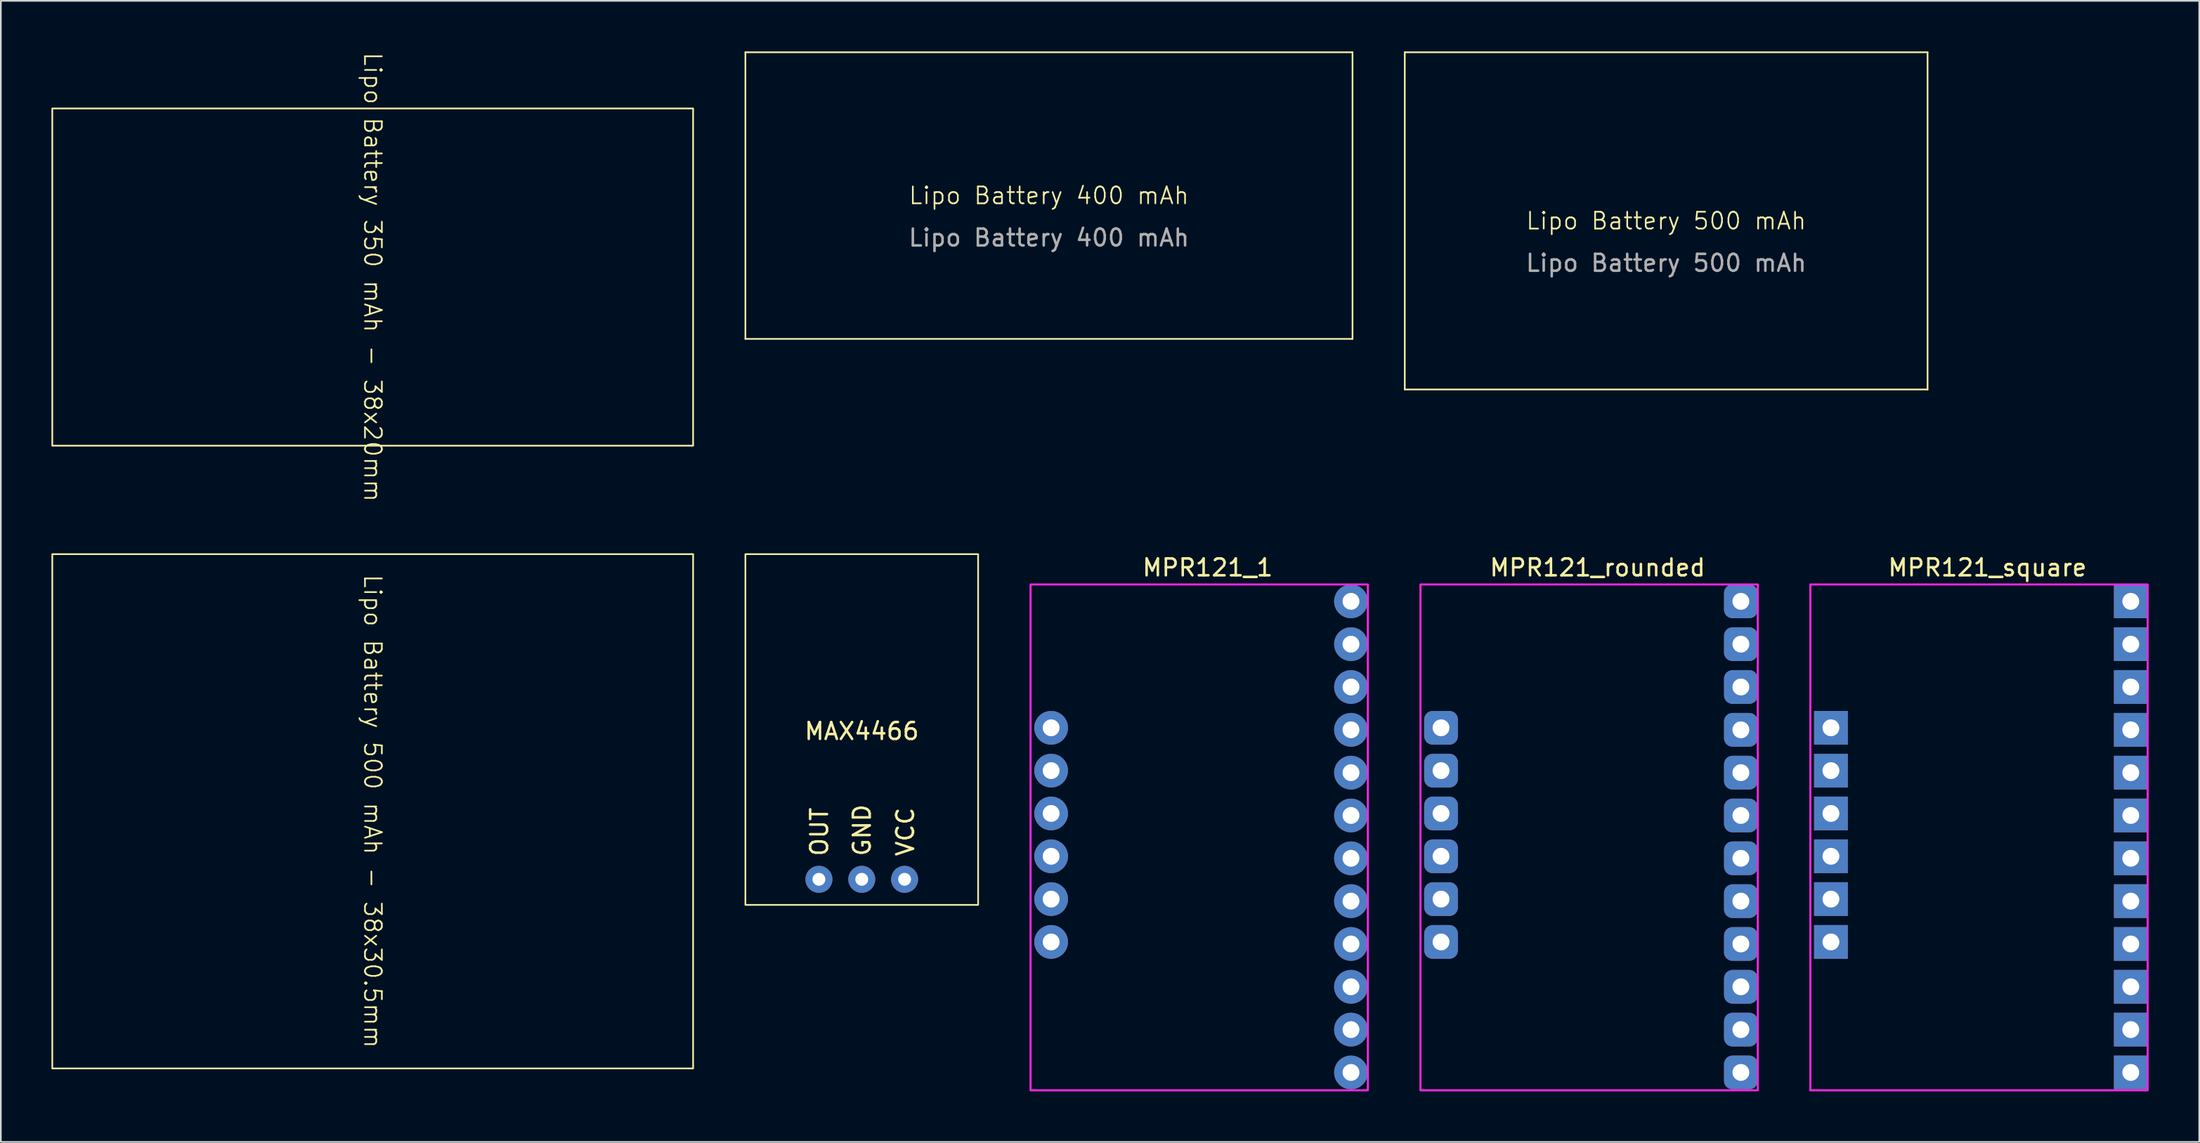
<source format=kicad_pcb>
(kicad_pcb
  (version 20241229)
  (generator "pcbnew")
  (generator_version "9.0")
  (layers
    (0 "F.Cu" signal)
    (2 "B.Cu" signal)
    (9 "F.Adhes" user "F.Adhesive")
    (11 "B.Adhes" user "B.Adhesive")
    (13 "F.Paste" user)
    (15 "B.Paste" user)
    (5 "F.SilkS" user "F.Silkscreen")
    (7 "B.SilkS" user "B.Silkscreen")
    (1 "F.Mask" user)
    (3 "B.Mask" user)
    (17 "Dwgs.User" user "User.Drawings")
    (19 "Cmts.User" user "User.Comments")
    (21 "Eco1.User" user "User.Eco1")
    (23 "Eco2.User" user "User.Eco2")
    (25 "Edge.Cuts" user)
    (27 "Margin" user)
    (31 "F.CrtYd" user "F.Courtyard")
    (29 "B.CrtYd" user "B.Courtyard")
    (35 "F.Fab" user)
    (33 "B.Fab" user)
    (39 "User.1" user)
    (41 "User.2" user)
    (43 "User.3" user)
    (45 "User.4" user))
  (footprint "Lipo Battery 400 mAh"
    (layer "F.Cu")
    (at 59.15 8.55)
    (property "Reference" "Lipo Battery 400 mAh" (at 0 0 0) (unlocked yes) (layer "F.SilkS") (effects (font (size 1 1) (thickness 0.1))))
    (attr smd)
    (fp_line (start -18 -8.5) (end 18 -8.5) (stroke (width 0.1) (type default)) (layer "F.SilkS"))
    (fp_line (start -18 8.5) (end -18 -8.5) (stroke (width 0.1) (type default)) (layer "F.SilkS"))
    (fp_line (start 18 -8.5) (end 18 8.5) (stroke (width 0.1) (type default)) (layer "F.SilkS"))
    (fp_line (start 18 8.5) (end -18 8.5) (stroke (width 0.1) (type default)) (layer "F.SilkS"))
    (fp_text user "${REFERENCE}" (at 0 2.5 0) (unlocked yes) (layer "F.Fab") (effects (font (size 1 1) (thickness 0.15)))))
  (footprint "Lipo Battery 500 mAh"
    (layer "F.Cu")
    (at 95.75 10.05)
    (property "Reference" "Lipo Battery 500 mAh" (at 0 0 0) (unlocked yes) (layer "F.SilkS") (effects (font (size 1 1) (thickness 0.1))))
    (attr smd)
    (fp_line (start -15.5 -10) (end 15.5 -10) (stroke (width 0.1) (type default)) (layer "F.SilkS"))
    (fp_line (start -15.5 10) (end -15.5 -10) (stroke (width 0.1) (type default)) (layer "F.SilkS"))
    (fp_line (start 15.5 -10) (end 15.5 10) (stroke (width 0.1) (type default)) (layer "F.SilkS"))
    (fp_line (start 15.5 10) (end -15.5 10) (stroke (width 0.1) (type default)) (layer "F.SilkS"))
    (fp_text user "${REFERENCE}" (at 0 2.5 0) (unlocked yes) (layer "F.Fab") (effects (font (size 1 1) (thickness 0.15)))))
  (footprint "MPR121_rounded"
    (layer "F.Cu")
    (at 100.18 32.615)
    (property "Reference" "MPR121_rounded" (at -8.5 -2 0) (unlocked yes) (layer "F.SilkS") (effects (font (size 1 1) (thickness 0.15))))
    (attr smd)
    (fp_rect (start 1 -1) (end -19 29) (stroke (width 0.12) (type solid)) (fill no) (layer "F.CrtYd"))
    (pad "1" thru_hole roundrect (at -17.78 10.04) (size 2 2) (drill 1) (layers "*.Cu" "*.Mask") (roundrect_rratio 0.25))
    (pad "2" thru_hole roundrect (at -17.78 12.58) (size 2 2) (drill 1) (layers "*.Cu" "*.Mask") (roundrect_rratio 0.25))
    (pad "3" thru_hole roundrect (at -17.78 15.12) (size 2 2) (drill 1) (layers "*.Cu" "*.Mask") (roundrect_rratio 0.25))
    (pad "4" thru_hole roundrect (at -17.78 17.66) (size 2 2) (drill 1) (layers "*.Cu" "*.Mask") (roundrect_rratio 0.25))
    (pad "6" thru_hole roundrect (at -17.78 20.2) (size 2 2) (drill 1) (layers "*.Cu" "*.Mask") (roundrect_rratio 0.25))
    (pad "8" thru_hole roundrect (at 0 0) (size 2 2) (drill 1) (layers "*.Cu" "*.Mask") (roundrect_rratio 0.25))
    (pad "9" thru_hole roundrect (at 0 2.54 90) (size 2 2) (drill 1) (layers "*.Cu" "*.Mask") (roundrect_rratio 0.25))
    (pad "10" thru_hole roundrect (at 0 5.08) (size 2 2) (drill 1) (layers "*.Cu" "*.Mask") (roundrect_rratio 0.25))
    (pad "11" thru_hole roundrect (at 0 7.62) (size 2 2) (drill 1) (layers "*.Cu" "*.Mask") (roundrect_rratio 0.25))
    (pad "12" thru_hole roundrect (at 0 10.16) (size 2 2) (drill 1) (layers "*.Cu" "*.Mask") (roundrect_rratio 0.25))
    (pad "13" thru_hole roundrect (at 0 12.7) (size 2 2) (drill 1) (layers "*.Cu" "*.Mask") (roundrect_rratio 0.25))
    (pad "14" thru_hole roundrect (at 0 15.24) (size 2 2) (drill 1) (layers "*.Cu" "*.Mask") (roundrect_rratio 0.25))
    (pad "15" thru_hole roundrect (at 0 17.78) (size 2 2) (drill 1) (layers "*.Cu" "*.Mask") (roundrect_rratio 0.25))
    (pad "16" thru_hole roundrect (at 0 20.32) (size 2 2) (drill 1) (layers "*.Cu" "*.Mask") (roundrect_rratio 0.25))
    (pad "17" thru_hole roundrect (at 0 22.86) (size 2 2) (drill 1) (layers "*.Cu" "*.Mask") (roundrect_rratio 0.25))
    (pad "18" thru_hole roundrect (at 0 25.4) (size 2 2) (drill 1) (layers "*.Cu" "*.Mask") (roundrect_rratio 0.25))
    (pad "19" thru_hole roundrect (at 0 27.94) (size 2 2) (drill 1) (layers "*.Cu" "*.Mask") (roundrect_rratio 0.25))
    (pad "20" thru_hole roundrect (at -17.78 7.5) (size 2 2) (drill 1) (layers "*.Cu" "*.Mask") (roundrect_rratio 0.25)))
  (footprint "MPR121_1"
    (layer "F.Cu")
    (at 77.06 32.615)
    (property "Reference" "MPR121_1" (at -8.5 -2 0) (unlocked yes) (layer "F.SilkS") (effects (font (size 1 1) (thickness 0.15))))
    (attr smd)
    (fp_rect (start 1 -1) (end -19 29) (stroke (width 0.12) (type solid)) (fill no) (layer "F.CrtYd"))
    (pad "1" thru_hole circle (at -17.78 10.04) (size 2 2) (drill 1) (layers "*.Cu" "*.Mask"))
    (pad "2" thru_hole circle (at -17.78 12.58) (size 2 2) (drill 1) (layers "*.Cu" "*.Mask"))
    (pad "3" thru_hole circle (at -17.78 15.12) (size 2 2) (drill 1) (layers "*.Cu" "*.Mask"))
    (pad "4" thru_hole circle (at -17.78 17.66) (size 2 2) (drill 1) (layers "*.Cu" "*.Mask"))
    (pad "6" thru_hole circle (at -17.78 20.2) (size 2 2) (drill 1) (layers "*.Cu" "*.Mask"))
    (pad "8" thru_hole circle (at 0 0) (size 2 2) (drill 1) (layers "*.Cu" "*.Mask"))
    (pad "9" thru_hole circle (at 0 2.54 90) (size 2 2) (drill 1) (layers "*.Cu" "*.Mask"))
    (pad "10" thru_hole circle (at 0 5.08) (size 2 2) (drill 1) (layers "*.Cu" "*.Mask"))
    (pad "11" thru_hole circle (at 0 7.62) (size 2 2) (drill 1) (layers "*.Cu" "*.Mask"))
    (pad "12" thru_hole circle (at 0 10.16) (size 2 2) (drill 1) (layers "*.Cu" "*.Mask"))
    (pad "13" thru_hole circle (at 0 12.7) (size 2 2) (drill 1) (layers "*.Cu" "*.Mask"))
    (pad "14" thru_hole circle (at 0 15.24) (size 2 2) (drill 1) (layers "*.Cu" "*.Mask"))
    (pad "15" thru_hole circle (at 0 17.78) (size 2 2) (drill 1) (layers "*.Cu" "*.Mask"))
    (pad "16" thru_hole circle (at 0 20.32) (size 2 2) (drill 1) (layers "*.Cu" "*.Mask"))
    (pad "17" thru_hole circle (at 0 22.86) (size 2 2) (drill 1) (layers "*.Cu" "*.Mask"))
    (pad "18" thru_hole circle (at 0 25.4) (size 2 2) (drill 1) (layers "*.Cu" "*.Mask"))
    (pad "19" thru_hole circle (at 0 27.94) (size 2 2) (drill 1) (layers "*.Cu" "*.Mask"))
    (pad "20" thru_hole circle (at -17.78 7.5) (size 2 2) (drill 1) (layers "*.Cu" "*.Mask")))
  (footprint "MAX4466"
    (layer "F.Cu")
    (at 48.05 40.217)
    (property "Reference" "MAX4466" (at 0 0.1 0) (unlocked yes) (layer "F.SilkS") (effects (font (size 1 1) (thickness 0.15))))
    (attr through_hole)
    (fp_rect (start -6.9 -10.4) (end 6.9 10.4) (stroke (width 0.1) (type default)) (fill no) (layer "F.SilkS"))
    (fp_text user "VCC" (at 3.17 7.593 90) (unlocked yes) (layer "F.SilkS") (effects (font (size 1 1) (thickness 0.15)) (justify left bottom)))
    (fp_text user "GND" (at 0.6 7.593 90) (unlocked yes) (layer "F.SilkS") (effects (font (size 1 1) (thickness 0.15)) (justify left bottom)))
    (fp_text user "OUT" (at -1.93 7.593 90) (unlocked yes) (layer "F.SilkS") (effects (font (size 1 1) (thickness 0.15)) (justify left bottom)))
    (pad "1" thru_hole circle (at 2.54 8.884) (size 1.6 1.6) (drill 0.762) (layers "*.Cu" "*.Mask"))
    (pad "2" thru_hole circle (at 0 8.884) (size 1.6 1.6) (drill 0.762) (layers "*.Cu" "*.Mask"))
    (pad "3" thru_hole circle (at -2.54 8.884) (size 1.6 1.6) (drill 0.762) (layers "*.Cu" "*.Mask")))
  (footprint "Lipo Battery 500 mAh - 38x30.5mm"
    (layer "F.Cu")
    (at 19.05 45.067)
    (property "Reference" "Lipo Battery 500 mAh - 38x30.5mm" (at 0 0 270) (unlocked yes) (layer "F.SilkS") (effects (font (size 1 1) (thickness 0.1))))
    (attr smd)
    (fp_rect (start -19 -15.25) (end 19 15.25) (stroke (width 0.1) (type default)) (fill no) (layer "F.SilkS")))
  (footprint "MPR121_square"
    (layer "F.Cu")
    (at 123.3 32.615)
    (property "Reference" "MPR121_square" (at -8.5 -2 0) (unlocked yes) (layer "F.SilkS") (effects (font (size 1 1) (thickness 0.15))))
    (attr smd)
    (fp_rect (start 1 -1) (end -19 29) (stroke (width 0.12) (type solid)) (fill no) (layer "F.CrtYd"))
    (pad "1" thru_hole rect (at -17.78 10.04) (size 2 2) (drill 1) (layers "*.Cu" "*.Mask"))
    (pad "2" thru_hole rect (at -17.78 12.58) (size 2 2) (drill 1) (layers "*.Cu" "*.Mask"))
    (pad "3" thru_hole rect (at -17.78 15.12) (size 2 2) (drill 1) (layers "*.Cu" "*.Mask"))
    (pad "4" thru_hole rect (at -17.78 17.66) (size 2 2) (drill 1) (layers "*.Cu" "*.Mask"))
    (pad "6" thru_hole rect (at -17.78 20.2) (size 2 2) (drill 1) (layers "*.Cu" "*.Mask"))
    (pad "8" thru_hole rect (at 0 0) (size 2 2) (drill 1) (layers "*.Cu" "*.Mask"))
    (pad "9" thru_hole rect (at 0 2.54 90) (size 2 2) (drill 1) (layers "*.Cu" "*.Mask"))
    (pad "10" thru_hole rect (at 0 5.08) (size 2 2) (drill 1) (layers "*.Cu" "*.Mask"))
    (pad "11" thru_hole rect (at 0 7.62) (size 2 2) (drill 1) (layers "*.Cu" "*.Mask"))
    (pad "12" thru_hole rect (at 0 10.16) (size 2 2) (drill 1) (layers "*.Cu" "*.Mask"))
    (pad "13" thru_hole rect (at 0 12.7) (size 2 2) (drill 1) (layers "*.Cu" "*.Mask"))
    (pad "14" thru_hole rect (at 0 15.24) (size 2 2) (drill 1) (layers "*.Cu" "*.Mask"))
    (pad "15" thru_hole rect (at 0 17.78) (size 2 2) (drill 1) (layers "*.Cu" "*.Mask"))
    (pad "16" thru_hole rect (at 0 20.32) (size 2 2) (drill 1) (layers "*.Cu" "*.Mask"))
    (pad "17" thru_hole rect (at 0 22.86) (size 2 2) (drill 1) (layers "*.Cu" "*.Mask"))
    (pad "18" thru_hole rect (at 0 25.4) (size 2 2) (drill 1) (layers "*.Cu" "*.Mask"))
    (pad "19" thru_hole rect (at 0 27.94) (size 2 2) (drill 1) (layers "*.Cu" "*.Mask"))
    (pad "20" thru_hole rect (at -17.78 7.5) (size 2 2) (drill 1) (layers "*.Cu" "*.Mask")))
  (footprint "Lipo Battery 350 mAh - 38x20mm"
    (layer "F.Cu")
    (at 19.05 13.383)
    (property "Reference" "Lipo Battery 350 mAh - 38x20mm" (at 0 0 270) (unlocked yes) (layer "F.SilkS") (effects (font (size 1 1) (thickness 0.1))))
    (attr smd)
    (fp_rect (start -19 -10) (end 19 10) (stroke (width 0.1) (type default)) (fill no) (layer "F.SilkS")))
  (gr_rect
    (start -3 -3)
    (end 127.36 64.675)
    (stroke (width 0.1) (type default))
    (fill no)
    (layer "Edge.Cuts")))
</source>
